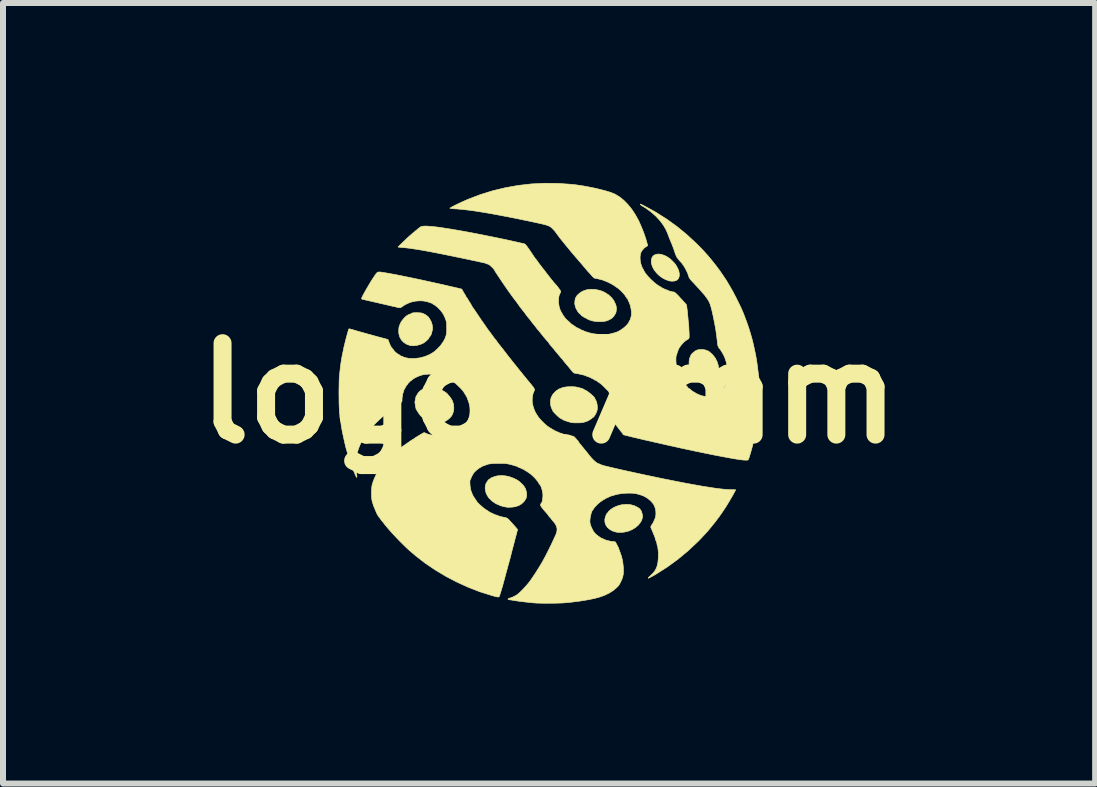
<source format=kicad_pcb>
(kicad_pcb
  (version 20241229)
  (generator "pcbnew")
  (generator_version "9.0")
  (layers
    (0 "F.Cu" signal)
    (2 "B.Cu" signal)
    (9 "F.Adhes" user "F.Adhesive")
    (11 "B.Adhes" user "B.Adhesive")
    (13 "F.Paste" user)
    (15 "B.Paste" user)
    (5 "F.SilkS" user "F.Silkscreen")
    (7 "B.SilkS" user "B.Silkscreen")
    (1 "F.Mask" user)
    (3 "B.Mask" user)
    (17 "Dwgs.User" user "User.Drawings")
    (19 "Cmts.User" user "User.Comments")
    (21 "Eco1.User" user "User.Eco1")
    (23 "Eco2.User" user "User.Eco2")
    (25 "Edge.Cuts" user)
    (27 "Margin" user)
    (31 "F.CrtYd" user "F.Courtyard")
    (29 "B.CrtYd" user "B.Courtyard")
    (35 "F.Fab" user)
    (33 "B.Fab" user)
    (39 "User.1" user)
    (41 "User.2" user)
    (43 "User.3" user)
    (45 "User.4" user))
  (footprint "logo_7mm"
    (layer "F.Cu")
    (at 6.103 3.506)
    (property "Reference" "logo_7mm" (at 0 0 0) (layer "F.SilkS") (effects (font (size 1.524 1.524) (thickness 0.3))))
    (attr through_hole)
    (fp_poly (pts (xy 1.875 -2.314) (xy 1.903 -2.305) (xy 1.931 -2.294) (xy 1.957 -2.282) (xy 1.975 -2.271) (xy 1.977 -2.27) (xy 1.991 -2.259) (xy 2.001 -2.253) (xy 2.002 -2.253) (xy 2.009 -2.249) (xy 2.024 -2.236) (xy 2.042 -2.218) (xy 2.063 -2.198) (xy 2.083 -2.177) (xy 2.1 -2.158) (xy 2.102 -2.155) (xy 2.115 -2.137) (xy 2.13 -2.111) (xy 2.145 -2.083) (xy 2.147 -2.079) (xy 2.165 -2.032) (xy 2.172 -1.987) (xy 2.17 -1.948) (xy 2.158 -1.915) (xy 2.136 -1.89) (xy 2.122 -1.881) (xy 2.09 -1.871) (xy 2.051 -1.868) (xy 2.01 -1.872) (xy 2.002 -1.874) (xy 1.943 -1.895) (xy 1.886 -1.925) (xy 1.834 -1.964) (xy 1.789 -2.009) (xy 1.751 -2.059) (xy 1.723 -2.111) (xy 1.707 -2.165) (xy 1.705 -2.181) (xy 1.705 -2.223) (xy 1.715 -2.259) (xy 1.733 -2.287) (xy 1.756 -2.305) (xy 1.794 -2.318) (xy 1.833 -2.321) (xy 1.875 -2.314)) (stroke (width 0.01) (type solid)) (fill yes) (layer "F.SilkS"))
    (fp_poly (pts (xy 2.561 -0.73) (xy 2.609 -0.721) (xy 2.653 -0.704) (xy 2.677 -0.688) (xy 2.728 -0.642) (xy 2.77 -0.588) (xy 2.801 -0.528) (xy 2.821 -0.465) (xy 2.83 -0.401) (xy 2.826 -0.337) (xy 2.814 -0.289) (xy 2.805 -0.266) (xy 2.794 -0.246) (xy 2.79 -0.24) (xy 2.781 -0.228) (xy 2.78 -0.222) (xy 2.778 -0.217) (xy 2.77 -0.213) (xy 2.759 -0.207) (xy 2.756 -0.202) (xy 2.75 -0.196) (xy 2.735 -0.187) (xy 2.722 -0.18) (xy 2.699 -0.172) (xy 2.668 -0.166) (xy 2.636 -0.162) (xy 2.606 -0.161) (xy 2.584 -0.164) (xy 2.581 -0.165) (xy 2.537 -0.182) (xy 2.501 -0.201) (xy 2.47 -0.225) (xy 2.449 -0.244) (xy 2.4 -0.3) (xy 2.365 -0.359) (xy 2.343 -0.422) (xy 2.335 -0.49) (xy 2.334 -0.506) (xy 2.336 -0.536) (xy 2.339 -0.564) (xy 2.344 -0.585) (xy 2.35 -0.598) (xy 2.352 -0.6) (xy 2.357 -0.605) (xy 2.356 -0.609) (xy 2.358 -0.623) (xy 2.369 -0.642) (xy 2.387 -0.664) (xy 2.411 -0.685) (xy 2.436 -0.704) (xy 2.462 -0.718) (xy 2.47 -0.721) (xy 2.513 -0.73) (xy 2.561 -0.73)) (stroke (width 0.01) (type solid)) (fill yes) (layer "F.SilkS"))
    (fp_poly (pts (xy 1.356 1.857) (xy 1.418 1.873) (xy 1.476 1.901) (xy 1.48 1.904) (xy 1.501 1.918) (xy 1.515 1.93) (xy 1.521 1.938) (xy 1.524 1.946) (xy 1.526 1.946) (xy 1.532 1.953) (xy 1.539 1.968) (xy 1.547 1.99) (xy 1.553 2.013) (xy 1.557 2.035) (xy 1.558 2.037) (xy 1.558 2.061) (xy 1.554 2.082) (xy 1.549 2.099) (xy 1.546 2.11) (xy 1.542 2.12) (xy 1.533 2.137) (xy 1.528 2.145) (xy 1.49 2.196) (xy 1.44 2.239) (xy 1.383 2.274) (xy 1.319 2.3) (xy 1.252 2.315) (xy 1.211 2.319) (xy 1.178 2.319) (xy 1.145 2.318) (xy 1.118 2.314) (xy 1.113 2.313) (xy 1.056 2.295) (xy 1.009 2.268) (xy 0.972 2.235) (xy 0.946 2.196) (xy 0.932 2.153) (xy 0.93 2.108) (xy 0.933 2.087) (xy 0.94 2.063) (xy 0.948 2.039) (xy 0.957 2.018) (xy 0.965 2.003) (xy 0.971 1.999) (xy 0.972 1.999) (xy 0.976 1.997) (xy 0.98 1.989) (xy 0.989 1.976) (xy 1.006 1.957) (xy 1.031 1.936) (xy 1.043 1.927) (xy 1.084 1.902) (xy 1.132 1.881) (xy 1.184 1.865) (xy 1.212 1.859) (xy 1.288 1.852) (xy 1.356 1.857)) (stroke (width 0.01) (type solid)) (fill yes) (layer "F.SilkS"))
    (fp_poly (pts (xy -2.169 -1.342) (xy -2.142 -1.34) (xy -2.122 -1.337) (xy -2.102 -1.33) (xy -2.093 -1.326) (xy -2.07 -1.315) (xy -2.051 -1.303) (xy -2.042 -1.296) (xy -2.031 -1.287) (xy -2.024 -1.284) (xy -2.018 -1.278) (xy -2.007 -1.264) (xy -1.992 -1.244) (xy -1.99 -1.24) (xy -1.964 -1.192) (xy -1.948 -1.141) (xy -1.942 -1.093) (xy -1.943 -1.072) (xy -1.946 -1.049) (xy -1.953 -1.023) (xy -1.96 -0.997) (xy -1.967 -0.976) (xy -1.974 -0.963) (xy -1.974 -0.963) (xy -1.981 -0.954) (xy -1.992 -0.939) (xy -2.002 -0.924) (xy -2.008 -0.913) (xy -2.009 -0.911) (xy -2.014 -0.903) (xy -2.028 -0.89) (xy -2.046 -0.874) (xy -2.066 -0.857) (xy -2.085 -0.843) (xy -2.099 -0.834) (xy -2.151 -0.812) (xy -2.205 -0.798) (xy -2.259 -0.792) (xy -2.308 -0.795) (xy -2.324 -0.799) (xy -2.38 -0.82) (xy -2.426 -0.851) (xy -2.463 -0.891) (xy -2.489 -0.939) (xy -2.504 -0.993) (xy -2.506 -1.029) (xy -2.505 -1.07) (xy -2.501 -1.103) (xy -2.491 -1.134) (xy -2.476 -1.169) (xy -2.476 -1.17) (xy -2.456 -1.204) (xy -2.427 -1.241) (xy -2.394 -1.275) (xy -2.375 -1.291) (xy -2.362 -1.299) (xy -2.358 -1.301) (xy -2.058 -1.301) (xy -2.055 -1.298) (xy -2.051 -1.301) (xy -2.055 -1.305) (xy -2.058 -1.301) (xy -2.358 -1.301) (xy -2.346 -1.308) (xy -2.331 -1.315) (xy -2.321 -1.318) (xy -2.319 -1.317) (xy -2.314 -1.319) (xy -2.301 -1.327) (xy -2.298 -1.329) (xy -2.287 -1.335) (xy -2.272 -1.34) (xy -2.252 -1.342) (xy -2.223 -1.343) (xy -2.204 -1.343) (xy -2.169 -1.342)) (stroke (width 0.01) (type solid)) (fill yes) (layer "F.SilkS"))
    (fp_poly (pts (xy -0.767 1.373) (xy -0.714 1.379) (xy -0.665 1.39) (xy -0.659 1.392) (xy -0.596 1.415) (xy -0.543 1.44) (xy -0.516 1.456) (xy -0.498 1.47) (xy -0.477 1.488) (xy -0.455 1.509) (xy -0.435 1.529) (xy -0.42 1.546) (xy -0.412 1.558) (xy -0.412 1.561) (xy -0.408 1.569) (xy -0.406 1.57) (xy -0.401 1.576) (xy -0.393 1.592) (xy -0.386 1.614) (xy -0.379 1.639) (xy -0.374 1.662) (xy -0.373 1.671) (xy -0.373 1.692) (xy -0.375 1.716) (xy -0.379 1.739) (xy -0.385 1.757) (xy -0.39 1.765) (xy -0.391 1.765) (xy -0.397 1.771) (xy -0.398 1.776) (xy -0.403 1.786) (xy -0.415 1.802) (xy -0.432 1.82) (xy -0.451 1.837) (xy -0.467 1.85) (xy -0.478 1.856) (xy -0.479 1.856) (xy -0.488 1.859) (xy -0.488 1.861) (xy -0.495 1.867) (xy -0.512 1.874) (xy -0.538 1.883) (xy -0.566 1.891) (xy -0.588 1.895) (xy -0.617 1.898) (xy -0.649 1.9) (xy -0.679 1.901) (xy -0.7 1.9) (xy -0.701 1.899) (xy -0.739 1.893) (xy -0.776 1.884) (xy -0.805 1.876) (xy -0.816 1.871) (xy -0.856 1.854) (xy -0.884 1.841) (xy -0.902 1.831) (xy -0.912 1.823) (xy -0.913 1.823) (xy -0.923 1.815) (xy -0.927 1.814) (xy -0.934 1.809) (xy -0.948 1.798) (xy -0.965 1.782) (xy -0.983 1.765) (xy -0.999 1.749) (xy -1.009 1.738) (xy -1.012 1.734) (xy -1.015 1.727) (xy -1.024 1.712) (xy -1.029 1.706) (xy -1.048 1.668) (xy -1.06 1.624) (xy -1.065 1.58) (xy -1.061 1.537) (xy -1.049 1.501) (xy -1.046 1.495) (xy -1.034 1.478) (xy -1.025 1.465) (xy -1.022 1.463) (xy -1.019 1.459) (xy -1.021 1.458) (xy -1.021 1.455) (xy -1.013 1.446) (xy -1 1.436) (xy -0.988 1.428) (xy -0.978 1.423) (xy -0.977 1.423) (xy -0.97 1.419) (xy -0.97 1.417) (xy -0.964 1.41) (xy -0.957 1.407) (xy -0.944 1.403) (xy -0.924 1.395) (xy -0.907 1.389) (xy -0.867 1.378) (xy -0.819 1.373) (xy -0.767 1.373)) (stroke (width 0.01) (type solid)) (fill yes) (layer "F.SilkS"))
    (fp_poly (pts (xy 0.768 -1.731) (xy 0.844 -1.715) (xy 0.888 -1.7) (xy 0.909 -1.691) (xy 0.923 -1.684) (xy 0.928 -1.68) (xy 0.933 -1.675) (xy 0.937 -1.674) (xy 0.949 -1.67) (xy 0.963 -1.66) (xy 0.975 -1.65) (xy 0.983 -1.646) (xy 0.99 -1.642) (xy 1.004 -1.63) (xy 1.021 -1.615) (xy 1.043 -1.592) (xy 1.064 -1.567) (xy 1.081 -1.543) (xy 1.092 -1.522) (xy 1.095 -1.51) (xy 1.098 -1.501) (xy 1.101 -1.5) (xy 1.106 -1.494) (xy 1.112 -1.477) (xy 1.118 -1.455) (xy 1.122 -1.431) (xy 1.123 -1.409) (xy 1.123 -1.409) (xy 1.122 -1.386) (xy 1.118 -1.362) (xy 1.113 -1.34) (xy 1.107 -1.324) (xy 1.102 -1.319) (xy 1.096 -1.313) (xy 1.092 -1.304) (xy 1.083 -1.289) (xy 1.067 -1.27) (xy 1.049 -1.253) (xy 1.039 -1.245) (xy 0.995 -1.221) (xy 0.953 -1.205) (xy 0.909 -1.197) (xy 0.858 -1.194) (xy 0.838 -1.194) (xy 0.803 -1.195) (xy 0.769 -1.199) (xy 0.74 -1.203) (xy 0.733 -1.205) (xy 0.709 -1.211) (xy 0.688 -1.217) (xy 0.68 -1.22) (xy 0.664 -1.227) (xy 0.644 -1.236) (xy 0.644 -1.236) (xy 0.628 -1.243) (xy 0.621 -1.25) (xy 0.621 -1.25) (xy 0.615 -1.255) (xy 0.608 -1.256) (xy 0.594 -1.26) (xy 0.578 -1.271) (xy 0.575 -1.273) (xy 0.56 -1.285) (xy 0.548 -1.29) (xy 0.546 -1.291) (xy 0.538 -1.296) (xy 0.534 -1.305) (xy 0.527 -1.316) (xy 0.523 -1.319) (xy 0.515 -1.323) (xy 0.503 -1.334) (xy 0.49 -1.348) (xy 0.48 -1.361) (xy 0.474 -1.37) (xy 0.474 -1.371) (xy 0.473 -1.377) (xy 0.466 -1.386) (xy 0.453 -1.406) (xy 0.442 -1.435) (xy 0.433 -1.468) (xy 0.429 -1.493) (xy 0.429 -1.516) (xy 0.432 -1.541) (xy 0.435 -1.566) (xy 0.44 -1.585) (xy 0.445 -1.596) (xy 0.447 -1.598) (xy 0.453 -1.603) (xy 0.453 -1.607) (xy 0.459 -1.619) (xy 0.474 -1.637) (xy 0.495 -1.656) (xy 0.519 -1.676) (xy 0.545 -1.693) (xy 0.562 -1.702) (xy 0.626 -1.725) (xy 0.695 -1.734) (xy 0.768 -1.731)) (stroke (width 0.01) (type solid)) (fill yes) (layer "F.SilkS"))
    (fp_poly (pts (xy -1.936 -0.097) (xy -1.903 -0.093) (xy -1.869 -0.086) (xy -1.839 -0.078) (xy -1.814 -0.07) (xy -1.798 -0.061) (xy -1.793 -0.054) (xy -1.787 -0.049) (xy -1.784 -0.049) (xy -1.774 -0.045) (xy -1.757 -0.035) (xy -1.737 -0.023) (xy -1.718 -0.009) (xy -1.703 0.002) (xy -1.696 0.009) (xy -1.69 0.018) (xy -1.679 0.03) (xy -1.663 0.047) (xy -1.647 0.069) (xy -1.631 0.092) (xy -1.618 0.113) (xy -1.61 0.128) (xy -1.609 0.132) (xy -1.606 0.147) (xy -1.603 0.151) (xy -1.597 0.167) (xy -1.591 0.195) (xy -1.588 0.23) (xy -1.588 0.266) (xy -1.595 0.306) (xy -1.607 0.343) (xy -1.622 0.373) (xy -1.628 0.382) (xy -1.658 0.415) (xy -1.687 0.44) (xy -1.718 0.46) (xy -1.738 0.471) (xy -1.753 0.477) (xy -1.758 0.478) (xy -1.758 0.478) (xy -1.762 0.477) (xy -1.769 0.482) (xy -1.783 0.487) (xy -1.807 0.491) (xy -1.839 0.493) (xy -1.873 0.493) (xy -1.908 0.491) (xy -1.939 0.488) (xy -1.962 0.482) (xy -1.964 0.482) (xy -2.002 0.468) (xy -2.031 0.456) (xy -2.05 0.446) (xy -2.058 0.439) (xy -2.058 0.439) (xy -2.064 0.433) (xy -2.067 0.433) (xy -2.082 0.427) (xy -2.103 0.41) (xy -2.13 0.386) (xy -2.144 0.371) (xy -2.16 0.35) (xy -2.176 0.328) (xy -2.191 0.306) (xy -2.201 0.289) (xy -2.206 0.278) (xy -2.206 0.277) (xy -2.209 0.272) (xy -2.21 0.272) (xy -2.216 0.267) (xy -2.217 0.263) (xy -2.219 0.25) (xy -2.222 0.237) (xy -2.227 0.211) (xy -2.232 0.183) (xy -2.235 0.159) (xy -2.236 0.143) (xy -2.235 0.14) (xy -2.228 0.099) (xy -2.222 0.071) (xy -2.217 0.053) (xy -2.213 0.044) (xy -2.211 0.042) (xy -2.205 0.036) (xy -2.2 0.026) (xy -2.192 0.01) (xy -2.178 -0.009) (xy -2.16 -0.029) (xy -2.142 -0.045) (xy -2.128 -0.054) (xy -2.123 -0.056) (xy -2.114 -0.059) (xy -2.114 -0.062) (xy -2.107 -0.068) (xy -2.09 -0.076) (xy -2.066 -0.083) (xy -2.037 -0.09) (xy -2.006 -0.095) (xy -1.978 -0.098) (xy -1.967 -0.099) (xy -1.936 -0.097)) (stroke (width 0.01) (type solid)) (fill yes) (layer "F.SilkS"))
    (fp_poly (pts (xy 0.423 -0.108) (xy 0.452 -0.104) (xy 0.481 -0.098) (xy 0.482 -0.098) (xy 0.526 -0.086) (xy 0.559 -0.076) (xy 0.579 -0.067) (xy 0.586 -0.061) (xy 0.586 -0.061) (xy 0.591 -0.056) (xy 0.592 -0.056) (xy 0.607 -0.051) (xy 0.628 -0.039) (xy 0.653 -0.021) (xy 0.681 -0.000118) (xy 0.708 0.023) (xy 0.732 0.045) (xy 0.751 0.065) (xy 0.762 0.08) (xy 0.764 0.086) (xy 0.768 0.097) (xy 0.776 0.112) (xy 0.776 0.112) (xy 0.787 0.131) (xy 0.793 0.147) (xy 0.803 0.198) (xy 0.806 0.24) (xy 0.803 0.277) (xy 0.793 0.311) (xy 0.783 0.334) (xy 0.772 0.354) (xy 0.76 0.373) (xy 0.748 0.39) (xy 0.738 0.4) (xy 0.733 0.403) (xy 0.733 0.401) (xy 0.728 0.403) (xy 0.718 0.412) (xy 0.716 0.415) (xy 0.703 0.427) (xy 0.693 0.432) (xy 0.692 0.433) (xy 0.682 0.438) (xy 0.679 0.441) (xy 0.668 0.449) (xy 0.648 0.46) (xy 0.621 0.47) (xy 0.592 0.48) (xy 0.564 0.487) (xy 0.562 0.487) (xy 0.535 0.491) (xy 0.501 0.493) (xy 0.463 0.493) (xy 0.425 0.493) (xy 0.392 0.491) (xy 0.37 0.487) (xy 0.345 0.481) (xy 0.317 0.472) (xy 0.29 0.464) (xy 0.266 0.456) (xy 0.25 0.45) (xy 0.244 0.447) (xy 0.236 0.442) (xy 0.22 0.433) (xy 0.213 0.429) (xy 0.197 0.421) (xy 0.184 0.414) (xy 0.172 0.405) (xy 0.157 0.392) (xy 0.137 0.374) (xy 0.113 0.351) (xy 0.092 0.329) (xy 0.075 0.311) (xy 0.065 0.298) (xy 0.063 0.294) (xy 0.059 0.282) (xy 0.052 0.269) (xy 0.036 0.234) (xy 0.026 0.19) (xy 0.023 0.143) (xy 0.028 0.098) (xy 0.029 0.097) (xy 0.034 0.075) (xy 0.039 0.06) (xy 0.043 0.056) (xy 0.048 0.05) (xy 0.051 0.039) (xy 0.058 0.027) (xy 0.072 0.009) (xy 0.09 -0.011) (xy 0.109 -0.031) (xy 0.127 -0.046) (xy 0.14 -0.055) (xy 0.144 -0.056) (xy 0.153 -0.06) (xy 0.153 -0.063) (xy 0.159 -0.069) (xy 0.161 -0.07) (xy 0.171 -0.072) (xy 0.189 -0.079) (xy 0.2 -0.084) (xy 0.219 -0.092) (xy 0.232 -0.095) (xy 0.235 -0.095) (xy 0.243 -0.095) (xy 0.249 -0.099) (xy 0.26 -0.102) (xy 0.282 -0.105) (xy 0.314 -0.108) (xy 0.344 -0.109) (xy 0.388 -0.109) (xy 0.423 -0.108)) (stroke (width 0.01) (type solid)) (fill yes) (layer "F.SilkS"))
    (fp_poly (pts (xy 0.143 -3.499) (xy 0.362 -3.484) (xy 0.453 -3.474) (xy 0.549 -3.46) (xy 0.649 -3.442) (xy 0.75 -3.422) (xy 0.849 -3.399) (xy 0.941 -3.375) (xy 1.024 -3.35) (xy 1.03 -3.348) (xy 1.104 -3.317) (xy 1.176 -3.273) (xy 1.246 -3.217) (xy 1.313 -3.149) (xy 1.376 -3.072) (xy 1.434 -2.985) (xy 1.487 -2.89) (xy 1.5 -2.864) (xy 1.543 -2.766) (xy 1.58 -2.673) (xy 1.612 -2.579) (xy 1.641 -2.477) (xy 1.643 -2.472) (xy 1.643 -2.46) (xy 1.632 -2.452) (xy 1.626 -2.449) (xy 1.61 -2.439) (xy 1.59 -2.423) (xy 1.573 -2.406) (xy 1.549 -2.377) (xy 1.532 -2.348) (xy 1.523 -2.316) (xy 1.518 -2.277) (xy 1.518 -2.243) (xy 1.521 -2.206) (xy 1.529 -2.164) (xy 1.541 -2.125) (xy 1.555 -2.091) (xy 1.562 -2.079) (xy 1.574 -2.059) (xy 1.582 -2.042) (xy 1.599 -2.012) (xy 1.625 -1.977) (xy 1.659 -1.938) (xy 1.697 -1.899) (xy 1.738 -1.861) (xy 1.779 -1.826) (xy 1.819 -1.797) (xy 1.849 -1.779) (xy 1.863 -1.771) (xy 1.87 -1.766) (xy 1.878 -1.76) (xy 1.894 -1.752) (xy 1.901 -1.749) (xy 1.921 -1.739) (xy 1.938 -1.731) (xy 1.941 -1.729) (xy 1.957 -1.724) (xy 1.964 -1.723) (xy 1.973 -1.72) (xy 1.974 -1.718) (xy 1.98 -1.714) (xy 1.996 -1.708) (xy 2.018 -1.701) (xy 2.042 -1.695) (xy 2.064 -1.69) (xy 2.08 -1.688) (xy 2.081 -1.688) (xy 2.091 -1.685) (xy 2.106 -1.673) (xy 2.127 -1.654) (xy 2.155 -1.626) (xy 2.19 -1.587) (xy 2.222 -1.553) (xy 2.243 -1.529) (xy 2.262 -1.508) (xy 2.276 -1.493) (xy 2.281 -1.488) (xy 2.29 -1.474) (xy 2.293 -1.466) (xy 2.296 -1.444) (xy 2.3 -1.412) (xy 2.305 -1.374) (xy 2.309 -1.332) (xy 2.313 -1.291) (xy 2.316 -1.259) (xy 2.319 -1.225) (xy 2.322 -1.194) (xy 2.325 -1.169) (xy 2.326 -1.158) (xy 2.328 -1.143) (xy 2.33 -1.116) (xy 2.331 -1.082) (xy 2.333 -1.044) (xy 2.334 -1.027) (xy 2.336 -0.986) (xy 2.336 -0.956) (xy 2.336 -0.936) (xy 2.334 -0.923) (xy 2.331 -0.915) (xy 2.327 -0.909) (xy 2.325 -0.907) (xy 2.309 -0.896) (xy 2.297 -0.89) (xy 2.286 -0.883) (xy 2.268 -0.869) (xy 2.247 -0.851) (xy 2.242 -0.846) (xy 2.197 -0.796) (xy 2.163 -0.745) (xy 2.141 -0.689) (xy 2.134 -0.666) (xy 2.128 -0.645) (xy 2.123 -0.629) (xy 2.12 -0.624) (xy 2.117 -0.613) (xy 2.116 -0.591) (xy 2.115 -0.562) (xy 2.116 -0.53) (xy 2.118 -0.497) (xy 2.121 -0.468) (xy 2.122 -0.46) (xy 2.128 -0.429) (xy 2.138 -0.393) (xy 2.149 -0.355) (xy 2.162 -0.32) (xy 2.174 -0.291) (xy 2.184 -0.272) (xy 2.184 -0.271) (xy 2.193 -0.257) (xy 2.198 -0.249) (xy 2.198 -0.249) (xy 2.201 -0.241) (xy 2.211 -0.225) (xy 2.224 -0.206) (xy 2.238 -0.185) (xy 2.251 -0.168) (xy 2.257 -0.162) (xy 2.27 -0.146) (xy 2.288 -0.127) (xy 2.293 -0.121) (xy 2.307 -0.105) (xy 2.315 -0.094) (xy 2.316 -0.091) (xy 2.322 -0.085) (xy 2.336 -0.077) (xy 2.337 -0.077) (xy 2.351 -0.069) (xy 2.358 -0.063) (xy 2.358 -0.062) (xy 2.363 -0.056) (xy 2.377 -0.045) (xy 2.394 -0.033) (xy 2.411 -0.022) (xy 2.424 -0.015) (xy 2.428 -0.014) (xy 2.436 -0.009) (xy 2.436 -0.008) (xy 2.444 -0.002) (xy 2.462 0.008) (xy 2.487 0.019) (xy 2.514 0.03) (xy 2.542 0.04) (xy 2.559 0.045) (xy 2.614 0.054) (xy 2.672 0.055) (xy 2.727 0.047) (xy 2.749 0.041) (xy 2.774 0.032) (xy 2.794 0.023) (xy 2.805 0.017) (xy 2.818 0.009) (xy 2.824 0.007) (xy 2.832 0.002) (xy 2.832 0) (xy 2.838 -0.006) (xy 2.841 -0.007) (xy 2.852 -0.013) (xy 2.869 -0.028) (xy 2.888 -0.05) (xy 2.902 -0.07) (xy 2.914 -0.086) (xy 2.924 -0.098) (xy 2.926 -0.099) (xy 2.929 -0.104) (xy 2.927 -0.105) (xy 2.926 -0.109) (xy 2.932 -0.12) (xy 2.939 -0.134) (xy 2.948 -0.157) (xy 2.959 -0.184) (xy 2.96 -0.19) (xy 2.974 -0.246) (xy 2.98 -0.312) (xy 2.978 -0.382) (xy 2.969 -0.454) (xy 2.953 -0.525) (xy 2.931 -0.592) (xy 2.903 -0.651) (xy 2.889 -0.675) (xy 2.874 -0.699) (xy 2.861 -0.72) (xy 2.851 -0.735) (xy 2.847 -0.739) (xy 2.827 -0.763) (xy 2.814 -0.796) (xy 2.808 -0.832) (xy 2.802 -0.892) (xy 2.794 -0.957) (xy 2.785 -1.022) (xy 2.776 -1.083) (xy 2.766 -1.134) (xy 2.766 -1.137) (xy 2.76 -1.169) (xy 2.753 -1.203) (xy 2.748 -1.228) (xy 2.744 -1.249) (xy 2.74 -1.269) (xy 2.735 -1.291) (xy 2.729 -1.319) (xy 2.721 -1.356) (xy 2.714 -1.385) (xy 2.701 -1.434) (xy 2.689 -1.474) (xy 2.677 -1.507) (xy 2.662 -1.537) (xy 2.643 -1.568) (xy 2.635 -1.58) (xy 2.618 -1.604) (xy 2.602 -1.625) (xy 2.591 -1.639) (xy 2.574 -1.658) (xy 2.56 -1.674) (xy 2.543 -1.693) (xy 2.52 -1.72) (xy 2.491 -1.752) (xy 2.459 -1.786) (xy 2.428 -1.82) (xy 2.4 -1.85) (xy 2.373 -1.879) (xy 2.355 -1.9) (xy 2.342 -1.918) (xy 2.333 -1.935) (xy 2.327 -1.954) (xy 2.323 -1.967) (xy 2.311 -2.001) (xy 2.292 -2.041) (xy 2.27 -2.084) (xy 2.246 -2.124) (xy 2.222 -2.158) (xy 2.213 -2.17) (xy 2.202 -2.182) (xy 2.187 -2.199) (xy 2.179 -2.207) (xy 2.166 -2.223) (xy 2.157 -2.234) (xy 2.156 -2.236) (xy 2.151 -2.243) (xy 2.14 -2.255) (xy 2.139 -2.255) (xy 2.129 -2.271) (xy 2.116 -2.299) (xy 2.101 -2.339) (xy 2.094 -2.359) (xy 2.08 -2.402) (xy 2.062 -2.45) (xy 2.044 -2.496) (xy 2.031 -2.526) (xy 2.017 -2.561) (xy 2.003 -2.595) (xy 1.991 -2.625) (xy 1.985 -2.644) (xy 1.952 -2.723) (xy 1.907 -2.801) (xy 1.85 -2.877) (xy 1.782 -2.951) (xy 1.704 -3.02) (xy 1.617 -3.084) (xy 1.543 -3.129) (xy 1.528 -3.14) (xy 1.521 -3.149) (xy 1.523 -3.153) (xy 1.525 -3.153) (xy 1.534 -3.15) (xy 1.552 -3.141) (xy 1.579 -3.128) (xy 1.611 -3.111) (xy 1.646 -3.092) (xy 1.684 -3.072) (xy 1.72 -3.051) (xy 1.754 -3.033) (xy 1.783 -3.016) (xy 1.788 -3.013) (xy 1.964 -2.901) (xy 2.131 -2.781) (xy 2.291 -2.65) (xy 2.446 -2.507) (xy 2.477 -2.477) (xy 2.51 -2.443) (xy 2.538 -2.414) (xy 2.564 -2.387) (xy 2.59 -2.359) (xy 2.62 -2.326) (xy 2.648 -2.295) (xy 2.664 -2.275) (xy 2.686 -2.249) (xy 2.711 -2.219) (xy 2.737 -2.187) (xy 2.761 -2.156) (xy 2.783 -2.129) (xy 2.798 -2.108) (xy 2.804 -2.1) (xy 2.816 -2.084) (xy 2.824 -2.073) (xy 2.825 -2.072) (xy 2.831 -2.065) (xy 2.843 -2.048) (xy 2.859 -2.025) (xy 2.878 -1.997) (xy 2.899 -1.967) (xy 2.919 -1.937) (xy 2.938 -1.909) (xy 2.953 -1.887) (xy 2.963 -1.871) (xy 2.964 -1.868) (xy 2.973 -1.853) (xy 2.987 -1.83) (xy 3.004 -1.801) (xy 3.023 -1.769) (xy 3.023 -1.768) (xy 3.041 -1.737) (xy 3.064 -1.697) (xy 3.089 -1.649) (xy 3.116 -1.598) (xy 3.142 -1.545) (xy 3.167 -1.495) (xy 3.189 -1.449) (xy 3.207 -1.412) (xy 3.208 -1.409) (xy 3.238 -1.338) (xy 3.269 -1.258) (xy 3.3 -1.174) (xy 3.329 -1.09) (xy 3.354 -1.01) (xy 3.362 -0.984) (xy 3.37 -0.955) (xy 3.377 -0.93) (xy 3.382 -0.912) (xy 3.383 -0.91) (xy 3.39 -0.883) (xy 3.399 -0.846) (xy 3.409 -0.803) (xy 3.411 -0.794) (xy 3.417 -0.767) (xy 3.423 -0.738) (xy 3.424 -0.733) (xy 3.436 -0.678) (xy 3.446 -0.63) (xy 3.454 -0.584) (xy 3.462 -0.536) (xy 3.47 -0.48) (xy 3.474 -0.453) (xy 3.48 -0.403) (xy 3.485 -0.358) (xy 3.49 -0.318) (xy 3.493 -0.279) (xy 3.495 -0.239) (xy 3.497 -0.196) (xy 3.497 -0.147) (xy 3.498 -0.089) (xy 3.498 -0.021) (xy 3.498 0) (xy 3.498 0.072) (xy 3.498 0.132) (xy 3.497 0.183) (xy 3.495 0.228) (xy 3.493 0.268) (xy 3.49 0.307) (xy 3.487 0.347) (xy 3.482 0.39) (xy 3.476 0.439) (xy 3.474 0.453) (xy 3.465 0.514) (xy 3.458 0.564) (xy 3.45 0.611) (xy 3.441 0.657) (xy 3.43 0.708) (xy 3.424 0.733) (xy 3.418 0.76) (xy 3.412 0.788) (xy 3.411 0.794) (xy 3.401 0.838) (xy 3.392 0.877) (xy 3.384 0.906) (xy 3.383 0.91) (xy 3.378 0.927) (xy 3.371 0.953) (xy 3.363 0.981) (xy 3.362 0.984) (xy 3.351 1.021) (xy 3.342 1.05) (xy 3.335 1.073) (xy 3.327 1.095) (xy 3.321 1.107) (xy 3.314 1.113) (xy 3.301 1.115) (xy 3.28 1.115) (xy 3.253 1.114) (xy 3.227 1.112) (xy 3.216 1.111) (xy 3.181 1.107) (xy 3.134 1.099) (xy 3.076 1.09) (xy 3.009 1.078) (xy 2.935 1.064) (xy 2.854 1.049) (xy 2.769 1.033) (xy 2.681 1.015) (xy 2.591 0.997) (xy 2.501 0.978) (xy 2.413 0.96) (xy 2.407 0.958) (xy 2.316 0.939) (xy 2.223 0.919) (xy 2.128 0.898) (xy 2.033 0.877) (xy 1.939 0.856) (xy 1.847 0.835) (xy 1.758 0.815) (xy 1.672 0.795) (xy 1.591 0.777) (xy 1.516 0.759) (xy 1.448 0.743) (xy 1.387 0.729) (xy 1.336 0.716) (xy 1.294 0.706) (xy 1.263 0.698) (xy 1.243 0.692) (xy 1.237 0.69) (xy 1.229 0.678) (xy 1.228 0.673) (xy 1.223 0.662) (xy 1.216 0.655) (xy 1.206 0.644) (xy 1.191 0.627) (xy 1.179 0.61) (xy 1.163 0.59) (xy 1.142 0.563) (xy 1.119 0.532) (xy 1.103 0.511) (xy 1.081 0.481) (xy 1.067 0.46) (xy 1.059 0.446) (xy 1.057 0.435) (xy 1.058 0.429) (xy 1.063 0.414) (xy 1.068 0.408) (xy 1.073 0.4) (xy 1.079 0.382) (xy 1.084 0.367) (xy 1.092 0.328) (xy 1.095 0.28) (xy 1.094 0.228) (xy 1.088 0.178) (xy 1.086 0.167) (xy 1.082 0.15) (xy 1.074 0.128) (xy 1.065 0.104) (xy 1.056 0.083) (xy 1.049 0.068) (xy 1.045 0.063) (xy 1.042 0.059) (xy 1.042 0.057) (xy 1.041 0.048) (xy 1.036 0.042) (xy 1.027 0.03) (xy 1.026 0.025) (xy 1.021 0.014) (xy 1.012 0.003) (xy 1.002 -0.007) (xy 1 -0.012) (xy 1 -0.018) (xy 0.991 -0.031) (xy 0.973 -0.051) (xy 0.945 -0.079) (xy 0.93 -0.094) (xy 0.904 -0.12) (xy 0.884 -0.139) (xy 0.868 -0.153) (xy 0.852 -0.165) (xy 0.834 -0.178) (xy 0.823 -0.185) (xy 0.805 -0.197) (xy 0.793 -0.207) (xy 0.789 -0.211) (xy 0.781 -0.215) (xy 0.774 -0.216) (xy 0.763 -0.219) (xy 0.76 -0.222) (xy 0.755 -0.228) (xy 0.74 -0.236) (xy 0.731 -0.24) (xy 0.712 -0.249) (xy 0.7 -0.256) (xy 0.698 -0.258) (xy 0.69 -0.262) (xy 0.672 -0.269) (xy 0.652 -0.276) (xy 0.63 -0.284) (xy 0.613 -0.29) (xy 0.607 -0.294) (xy 0.599 -0.297) (xy 0.58 -0.303) (xy 0.554 -0.309) (xy 0.524 -0.316) (xy 0.494 -0.323) (xy 0.466 -0.328) (xy 0.445 -0.331) (xy 0.429 -0.334) (xy 0.415 -0.34) (xy 0.401 -0.35) (xy 0.386 -0.366) (xy 0.366 -0.391) (xy 0.352 -0.408) (xy 0.338 -0.425) (xy 0.319 -0.449) (xy 0.296 -0.475) (xy 0.284 -0.489) (xy 0.265 -0.512) (xy 0.249 -0.531) (xy 0.239 -0.543) (xy 0.237 -0.547) (xy 0.233 -0.554) (xy 0.222 -0.567) (xy 0.216 -0.574) (xy 0.201 -0.59) (xy 0.179 -0.616) (xy 0.151 -0.65) (xy 0.117 -0.69) (xy 0.08 -0.736) (xy 0.072 -0.746) (xy 0.055 -0.765) (xy 0.036 -0.788) (xy 0.026 -0.799) (xy 0.012 -0.816) (xy 0.002 -0.829) (xy 0 -0.834) (xy -0.004 -0.841) (xy -0.016 -0.856) (xy -0.03 -0.872) (xy -0.051 -0.895) (xy -0.073 -0.921) (xy -0.084 -0.934) (xy -0.101 -0.956) (xy -0.119 -0.978) (xy -0.126 -0.986) (xy -0.14 -1.004) (xy -0.152 -1.02) (xy -0.153 -1.021) (xy -0.164 -1.034) (xy -0.18 -1.053) (xy -0.189 -1.063) (xy -0.207 -1.085) (xy -0.224 -1.108) (xy -0.23 -1.116) (xy -0.246 -1.137) (xy -0.265 -1.159) (xy -0.272 -1.167) (xy -0.286 -1.184) (xy -0.295 -1.196) (xy -0.296 -1.199) (xy -0.301 -1.207) (xy -0.312 -1.221) (xy -0.328 -1.241) (xy -0.333 -1.246) (xy -0.354 -1.271) (xy -0.374 -1.297) (xy -0.39 -1.318) (xy -0.39 -1.319) (xy -0.406 -1.341) (xy -0.426 -1.367) (xy -0.443 -1.388) (xy -0.464 -1.414) (xy -0.485 -1.442) (xy -0.499 -1.461) (xy -0.513 -1.481) (xy -0.532 -1.508) (xy -0.555 -1.539) (xy -0.577 -1.567) (xy -0.623 -1.629) (xy -0.675 -1.701) (xy -0.731 -1.782) (xy -0.791 -1.87) (xy -0.811 -1.9) (xy -0.833 -1.934) (xy -0.854 -1.965) (xy -0.872 -1.992) (xy -0.885 -2.012) (xy -0.889 -2.017) (xy -0.9 -2.034) (xy -0.906 -2.047) (xy -0.907 -2.05) (xy -0.912 -2.059) (xy -0.925 -2.074) (xy -0.942 -2.093) (xy -0.962 -2.112) (xy -0.982 -2.13) (xy -0.998 -2.143) (xy -1.008 -2.149) (xy -1.009 -2.149) (xy -1.017 -2.151) (xy -1.033 -2.158) (xy -1.035 -2.158) (xy -1.042 -2.162) (xy -1.049 -2.164) (xy -1.058 -2.167) (xy -1.071 -2.171) (xy -1.087 -2.175) (xy -1.109 -2.18) (xy -1.138 -2.186) (xy -1.176 -2.195) (xy -1.224 -2.205) (xy -1.282 -2.217) (xy -1.336 -2.229) (xy -1.494 -2.262) (xy -1.639 -2.292) (xy -1.772 -2.319) (xy -1.893 -2.343) (xy -2.003 -2.364) (xy -2.102 -2.382) (xy -2.191 -2.397) (xy -2.27 -2.409) (xy -2.34 -2.419) (xy -2.401 -2.426) (xy -2.428 -2.428) (xy -2.461 -2.431) (xy -2.489 -2.434) (xy -2.508 -2.436) (xy -2.516 -2.438) (xy -2.517 -2.438) (xy -2.512 -2.443) (xy -2.5 -2.456) (xy -2.481 -2.475) (xy -2.457 -2.498) (xy -2.43 -2.524) (xy -2.402 -2.551) (xy -2.374 -2.578) (xy -2.349 -2.601) (xy -2.344 -2.606) (xy -2.323 -2.625) (xy -2.294 -2.65) (xy -2.263 -2.676) (xy -2.239 -2.696) (xy -2.212 -2.718) (xy -2.187 -2.739) (xy -2.167 -2.755) (xy -2.156 -2.764) (xy -2.138 -2.776) (xy -2.114 -2.783) (xy -2.082 -2.787) (xy -2.04 -2.787) (xy -1.986 -2.783) (xy -1.985 -2.783) (xy -1.916 -2.777) (xy -1.835 -2.767) (xy -1.743 -2.753) (xy -1.64 -2.737) (xy -1.527 -2.718) (xy -1.407 -2.697) (xy -1.279 -2.673) (xy -1.144 -2.647) (xy -1.005 -2.619) (xy -0.861 -2.59) (xy -0.714 -2.559) (xy -0.564 -2.526) (xy -0.414 -2.492) (xy -0.407 -2.489) (xy -0.399 -2.484) (xy -0.39 -2.475) (xy -0.378 -2.462) (xy -0.363 -2.442) (xy -0.344 -2.415) (xy -0.319 -2.38) (xy -0.289 -2.335) (xy -0.256 -2.285) (xy -0.241 -2.263) (xy -0.229 -2.246) (xy -0.221 -2.236) (xy -0.221 -2.236) (xy -0.211 -2.226) (xy -0.2 -2.21) (xy -0.199 -2.209) (xy -0.181 -2.184) (xy -0.162 -2.157) (xy -0.138 -2.126) (xy -0.126 -2.11) (xy -0.105 -2.083) (xy -0.082 -2.054) (xy -0.066 -2.033) (xy -0.043 -2.003) (xy -0.017 -1.97) (xy 0.009 -1.936) (xy 0.034 -1.904) (xy 0.057 -1.876) (xy 0.076 -1.853) (xy 0.089 -1.837) (xy 0.094 -1.831) (xy 0.107 -1.818) (xy 0.125 -1.798) (xy 0.144 -1.774) (xy 0.162 -1.75) (xy 0.178 -1.727) (xy 0.19 -1.709) (xy 0.195 -1.698) (xy 0.195 -1.698) (xy 0.191 -1.681) (xy 0.186 -1.671) (xy 0.17 -1.638) (xy 0.161 -1.596) (xy 0.158 -1.548) (xy 0.16 -1.498) (xy 0.168 -1.447) (xy 0.181 -1.401) (xy 0.2 -1.36) (xy 0.206 -1.351) (xy 0.217 -1.332) (xy 0.226 -1.315) (xy 0.227 -1.312) (xy 0.232 -1.301) (xy 0.237 -1.298) (xy 0.243 -1.292) (xy 0.251 -1.278) (xy 0.251 -1.277) (xy 0.26 -1.264) (xy 0.276 -1.245) (xy 0.298 -1.223) (xy 0.313 -1.21) (xy 0.336 -1.189) (xy 0.355 -1.171) (xy 0.368 -1.158) (xy 0.372 -1.154) (xy 0.382 -1.145) (xy 0.387 -1.144) (xy 0.399 -1.139) (xy 0.403 -1.135) (xy 0.413 -1.126) (xy 0.427 -1.118) (xy 0.441 -1.11) (xy 0.446 -1.102) (xy 0.452 -1.096) (xy 0.46 -1.095) (xy 0.475 -1.09) (xy 0.481 -1.085) (xy 0.495 -1.076) (xy 0.503 -1.074) (xy 0.514 -1.072) (xy 0.516 -1.068) (xy 0.522 -1.063) (xy 0.537 -1.056) (xy 0.546 -1.053) (xy 0.565 -1.046) (xy 0.577 -1.041) (xy 0.579 -1.04) (xy 0.588 -1.035) (xy 0.608 -1.027) (xy 0.634 -1.019) (xy 0.664 -1.01) (xy 0.693 -1.002) (xy 0.694 -1.002) (xy 0.753 -0.99) (xy 0.817 -0.983) (xy 0.882 -0.979) (xy 0.943 -0.979) (xy 0.996 -0.984) (xy 1.01 -0.987) (xy 1.036 -0.993) (xy 1.068 -1.001) (xy 1.1 -1.011) (xy 1.129 -1.02) (xy 1.149 -1.028) (xy 1.153 -1.03) (xy 1.195 -1.054) (xy 1.236 -1.083) (xy 1.272 -1.113) (xy 1.302 -1.144) (xy 1.324 -1.172) (xy 1.333 -1.191) (xy 1.34 -1.206) (xy 1.346 -1.214) (xy 1.347 -1.214) (xy 1.352 -1.218) (xy 1.352 -1.219) (xy 1.353 -1.23) (xy 1.355 -1.235) (xy 1.366 -1.269) (xy 1.372 -1.296) (xy 1.374 -1.323) (xy 1.374 -1.336) (xy 1.372 -1.373) (xy 1.366 -1.413) (xy 1.358 -1.452) (xy 1.348 -1.484) (xy 1.344 -1.494) (xy 1.336 -1.511) (xy 1.333 -1.524) (xy 1.332 -1.525) (xy 1.328 -1.534) (xy 1.325 -1.535) (xy 1.32 -1.539) (xy 1.32 -1.54) (xy 1.319 -1.552) (xy 1.314 -1.566) (xy 1.307 -1.575) (xy 1.304 -1.577) (xy 1.298 -1.582) (xy 1.298 -1.587) (xy 1.292 -1.598) (xy 1.285 -1.604) (xy 1.278 -1.61) (xy 1.279 -1.611) (xy 1.278 -1.616) (xy 1.27 -1.628) (xy 1.256 -1.646) (xy 1.239 -1.666) (xy 1.22 -1.686) (xy 1.202 -1.704) (xy 1.194 -1.713) (xy 1.167 -1.736) (xy 1.149 -1.751) (xy 1.138 -1.76) (xy 1.131 -1.764) (xy 1.129 -1.765) (xy 1.121 -1.769) (xy 1.115 -1.774) (xy 1.1 -1.785) (xy 1.077 -1.801) (xy 1.048 -1.818) (xy 1.016 -1.835) (xy 0.986 -1.85) (xy 0.962 -1.861) (xy 0.959 -1.862) (xy 0.935 -1.871) (xy 0.914 -1.88) (xy 0.903 -1.884) (xy 0.886 -1.89) (xy 0.86 -1.897) (xy 0.83 -1.904) (xy 0.799 -1.911) (xy 0.776 -1.915) (xy 0.759 -1.919) (xy 0.744 -1.928) (xy 0.727 -1.944) (xy 0.714 -1.959) (xy 0.694 -1.981) (xy 0.676 -2.002) (xy 0.662 -2.016) (xy 0.645 -2.034) (xy 0.629 -2.054) (xy 0.628 -2.055) (xy 0.618 -2.068) (xy 0.6 -2.088) (xy 0.577 -2.115) (xy 0.551 -2.146) (xy 0.524 -2.178) (xy 0.494 -2.212) (xy 0.465 -2.246) (xy 0.438 -2.277) (xy 0.417 -2.302) (xy 0.405 -2.316) (xy 0.382 -2.343) (xy 0.357 -2.373) (xy 0.338 -2.396) (xy 0.32 -2.418) (xy 0.305 -2.437) (xy 0.294 -2.449) (xy 0.294 -2.45) (xy 0.282 -2.463) (xy 0.269 -2.48) (xy 0.253 -2.5) (xy 0.239 -2.518) (xy 0.204 -2.56) (xy 0.174 -2.599) (xy 0.142 -2.641) (xy 0.131 -2.657) (xy 0.093 -2.707) (xy 0.058 -2.745) (xy 0.025 -2.773) (xy -0.009 -2.792) (xy -0.02 -2.796) (xy -0.035 -2.801) (xy -0.056 -2.807) (xy -0.083 -2.814) (xy -0.118 -2.823) (xy -0.16 -2.832) (xy -0.212 -2.844) (xy -0.274 -2.857) (xy -0.348 -2.873) (xy -0.433 -2.89) (xy -0.488 -2.902) (xy -0.662 -2.937) (xy -0.824 -2.968) (xy -0.974 -2.996) (xy -1.112 -3.019) (xy -1.238 -3.039) (xy -1.351 -3.054) (xy -1.452 -3.065) (xy -1.539 -3.073) (xy -1.564 -3.074) (xy -1.598 -3.076) (xy -1.625 -3.079) (xy -1.645 -3.082) (xy -1.653 -3.084) (xy -1.653 -3.085) (xy -1.647 -3.09) (xy -1.63 -3.1) (xy -1.604 -3.115) (xy -1.571 -3.132) (xy -1.532 -3.151) (xy -1.489 -3.171) (xy -1.445 -3.192) (xy -1.401 -3.211) (xy -1.359 -3.23) (xy -1.347 -3.235) (xy -1.145 -3.312) (xy -0.938 -3.376) (xy -0.727 -3.427) (xy -0.512 -3.465) (xy -0.295 -3.49) (xy -0.077 -3.501) (xy 0.143 -3.499)) (stroke (width 0.01) (type solid)) (fill yes) (layer "F.SilkS"))
    (fp_poly (pts (xy -2.811 -2.021) (xy -2.778 -2.016) (xy -2.735 -2.009) (xy -2.686 -2.001) (xy -2.626 -1.99) (xy -2.555 -1.977) (xy -2.475 -1.961) (xy -2.387 -1.943) (xy -2.293 -1.924) (xy -2.193 -1.903) (xy -2.091 -1.881) (xy -1.986 -1.858) (xy -1.882 -1.835) (xy -1.778 -1.812) (xy -1.676 -1.788) (xy -1.579 -1.766) (xy -1.531 -1.755) (xy -1.454 -1.736) (xy -1.437 -1.704) (xy -1.424 -1.68) (xy -1.41 -1.658) (xy -1.405 -1.65) (xy -1.393 -1.631) (xy -1.385 -1.614) (xy -1.385 -1.613) (xy -1.379 -1.601) (xy -1.375 -1.598) (xy -1.369 -1.592) (xy -1.36 -1.578) (xy -1.356 -1.572) (xy -1.344 -1.55) (xy -1.329 -1.525) (xy -1.321 -1.514) (xy -1.308 -1.494) (xy -1.298 -1.476) (xy -1.295 -1.469) (xy -1.289 -1.457) (xy -1.277 -1.438) (xy -1.262 -1.417) (xy -1.244 -1.392) (xy -1.223 -1.361) (xy -1.203 -1.33) (xy -1.199 -1.325) (xy -1.157 -1.262) (xy -1.116 -1.202) (xy -1.09 -1.166) (xy -1.075 -1.144) (xy -1.061 -1.124) (xy -1.053 -1.113) (xy -1.03 -1.078) (xy -1.001 -1.039) (xy -0.973 -1.002) (xy -0.955 -0.978) (xy -0.937 -0.953) (xy -0.927 -0.938) (xy -0.911 -0.916) (xy -0.894 -0.896) (xy -0.89 -0.891) (xy -0.879 -0.879) (xy -0.875 -0.872) (xy -0.875 -0.872) (xy -0.872 -0.867) (xy -0.862 -0.853) (xy -0.846 -0.832) (xy -0.826 -0.806) (xy -0.821 -0.8) (xy -0.798 -0.771) (xy -0.776 -0.744) (xy -0.758 -0.721) (xy -0.747 -0.706) (xy -0.746 -0.705) (xy -0.709 -0.657) (xy -0.678 -0.616) (xy -0.659 -0.593) (xy -0.643 -0.573) (xy -0.622 -0.546) (xy -0.6 -0.518) (xy -0.593 -0.509) (xy -0.576 -0.488) (xy -0.559 -0.468) (xy -0.541 -0.445) (xy -0.52 -0.418) (xy -0.494 -0.386) (xy -0.462 -0.347) (xy -0.423 -0.298) (xy -0.421 -0.296) (xy -0.399 -0.269) (xy -0.381 -0.247) (xy -0.365 -0.227) (xy -0.347 -0.206) (xy -0.327 -0.181) (xy -0.3 -0.149) (xy -0.291 -0.137) (xy -0.266 -0.107) (xy -0.251 -0.084) (xy -0.243 -0.066) (xy -0.243 -0.051) (xy -0.249 -0.035) (xy -0.255 -0.024) (xy -0.265 0.000374) (xy -0.273 0.035) (xy -0.279 0.075) (xy -0.281 0.116) (xy -0.279 0.155) (xy -0.277 0.167) (xy -0.27 0.201) (xy -0.259 0.239) (xy -0.246 0.276) (xy -0.232 0.308) (xy -0.22 0.332) (xy -0.216 0.337) (xy -0.206 0.352) (xy -0.202 0.362) (xy -0.198 0.369) (xy -0.196 0.37) (xy -0.189 0.376) (xy -0.184 0.387) (xy -0.176 0.4) (xy -0.16 0.419) (xy -0.139 0.443) (xy -0.113 0.47) (xy -0.087 0.496) (xy -0.061 0.52) (xy -0.038 0.539) (xy -0.026 0.549) (xy -0.008 0.561) (xy 0.004 0.57) (xy 0.007 0.573) (xy 0.016 0.578) (xy 0.026 0.582) (xy 0.038 0.588) (xy 0.042 0.593) (xy 0.048 0.598) (xy 0.059 0.603) (xy 0.072 0.608) (xy 0.077 0.614) (xy 0.083 0.62) (xy 0.091 0.621) (xy 0.102 0.624) (xy 0.105 0.628) (xy 0.11 0.634) (xy 0.118 0.635) (xy 0.132 0.638) (xy 0.136 0.642) (xy 0.146 0.648) (xy 0.154 0.649) (xy 0.165 0.652) (xy 0.167 0.656) (xy 0.173 0.661) (xy 0.182 0.663) (xy 0.199 0.666) (xy 0.215 0.672) (xy 0.229 0.678) (xy 0.251 0.685) (xy 0.278 0.692) (xy 0.306 0.7) (xy 0.332 0.706) (xy 0.351 0.709) (xy 0.361 0.71) (xy 0.371 0.711) (xy 0.388 0.713) (xy 0.392 0.714) (xy 0.412 0.721) (xy 0.431 0.737) (xy 0.444 0.752) (xy 0.46 0.77) (xy 0.473 0.785) (xy 0.479 0.79) (xy 0.487 0.8) (xy 0.488 0.804) (xy 0.493 0.813) (xy 0.503 0.828) (xy 0.513 0.84) (xy 0.531 0.862) (xy 0.552 0.888) (xy 0.565 0.903) (xy 0.585 0.928) (xy 0.605 0.953) (xy 0.617 0.966) (xy 0.634 0.988) (xy 0.655 1.014) (xy 0.668 1.031) (xy 0.7 1.07) (xy 0.733 1.106) (xy 0.766 1.137) (xy 0.797 1.16) (xy 0.823 1.175) (xy 0.841 1.179) (xy 0.85 1.183) (xy 0.851 1.186) (xy 0.857 1.191) (xy 0.868 1.193) (xy 0.882 1.195) (xy 0.887 1.199) (xy 0.894 1.202) (xy 0.914 1.207) (xy 0.945 1.215) (xy 0.987 1.225) (xy 1.037 1.237) (xy 1.096 1.251) (xy 1.162 1.266) (xy 1.233 1.282) (xy 1.309 1.299) (xy 1.388 1.316) (xy 1.47 1.334) (xy 1.553 1.352) (xy 1.637 1.37) (xy 1.719 1.387) (xy 1.799 1.404) (xy 1.876 1.42) (xy 1.949 1.435) (xy 1.957 1.436) (xy 2.126 1.47) (xy 2.281 1.5) (xy 2.424 1.526) (xy 2.552 1.549) (xy 2.668 1.567) (xy 2.77 1.583) (xy 2.859 1.594) (xy 2.935 1.602) (xy 2.998 1.606) (xy 3.026 1.607) (xy 3.059 1.608) (xy 3.086 1.608) (xy 3.104 1.609) (xy 3.111 1.609) (xy 3.111 1.609) (xy 3.108 1.617) (xy 3.099 1.634) (xy 3.086 1.658) (xy 3.071 1.686) (xy 3.054 1.716) (xy 3.037 1.746) (xy 3.021 1.772) (xy 3.017 1.78) (xy 2.999 1.81) (xy 2.983 1.837) (xy 2.97 1.858) (xy 2.964 1.868) (xy 2.956 1.881) (xy 2.943 1.902) (xy 2.925 1.928) (xy 2.905 1.958) (xy 2.885 1.988) (xy 2.865 2.017) (xy 2.847 2.042) (xy 2.834 2.061) (xy 2.826 2.071) (xy 2.825 2.072) (xy 2.819 2.079) (xy 2.808 2.094) (xy 2.804 2.1) (xy 2.793 2.115) (xy 2.775 2.139) (xy 2.752 2.168) (xy 2.726 2.199) (xy 2.701 2.231) (xy 2.677 2.26) (xy 2.657 2.284) (xy 2.648 2.295) (xy 2.613 2.334) (xy 2.584 2.365) (xy 2.558 2.393) (xy 2.533 2.42) (xy 2.504 2.45) (xy 2.477 2.477) (xy 2.315 2.629) (xy 2.147 2.768) (xy 1.973 2.895) (xy 1.793 3.01) (xy 1.752 3.034) (xy 1.71 3.057) (xy 1.68 3.073) (xy 1.661 3.082) (xy 1.653 3.083) (xy 1.655 3.077) (xy 1.667 3.063) (xy 1.689 3.042) (xy 1.702 3.03) (xy 1.739 2.993) (xy 1.767 2.956) (xy 1.789 2.916) (xy 1.804 2.871) (xy 1.815 2.819) (xy 1.821 2.757) (xy 1.823 2.7) (xy 1.823 2.677) (xy 1.822 2.649) (xy 1.819 2.619) (xy 1.816 2.591) (xy 1.813 2.567) (xy 1.81 2.551) (xy 1.808 2.546) (xy 1.804 2.54) (xy 1.801 2.527) (xy 1.799 2.507) (xy 1.793 2.485) (xy 1.787 2.465) (xy 1.781 2.452) (xy 1.777 2.449) (xy 1.773 2.443) (xy 1.773 2.44) (xy 1.773 2.427) (xy 1.767 2.406) (xy 1.756 2.376) (xy 1.744 2.348) (xy 1.737 2.332) (xy 1.734 2.323) (xy 1.734 2.323) (xy 1.726 2.303) (xy 1.715 2.279) (xy 1.706 2.259) (xy 1.698 2.241) (xy 1.697 2.224) (xy 1.704 2.206) (xy 1.72 2.183) (xy 1.733 2.163) (xy 1.742 2.148) (xy 1.744 2.142) (xy 1.747 2.132) (xy 1.755 2.116) (xy 1.757 2.112) (xy 1.773 2.073) (xy 1.781 2.026) (xy 1.781 1.976) (xy 1.774 1.928) (xy 1.77 1.915) (xy 1.759 1.885) (xy 1.747 1.858) (xy 1.735 1.839) (xy 1.725 1.829) (xy 1.723 1.828) (xy 1.717 1.822) (xy 1.716 1.819) (xy 1.711 1.81) (xy 1.698 1.797) (xy 1.693 1.793) (xy 1.675 1.778) (xy 1.658 1.763) (xy 1.656 1.762) (xy 1.639 1.748) (xy 1.622 1.737) (xy 1.604 1.728) (xy 1.591 1.72) (xy 1.577 1.713) (xy 1.554 1.704) (xy 1.524 1.694) (xy 1.49 1.684) (xy 1.458 1.675) (xy 1.451 1.674) (xy 1.413 1.668) (xy 1.365 1.665) (xy 1.311 1.665) (xy 1.255 1.668) (xy 1.201 1.673) (xy 1.155 1.681) (xy 1.123 1.688) (xy 1.097 1.695) (xy 1.078 1.7) (xy 1.071 1.703) (xy 1.059 1.708) (xy 1.05 1.709) (xy 1.036 1.712) (xy 1.016 1.72) (xy 0.995 1.73) (xy 0.973 1.741) (xy 0.954 1.749) (xy 0.945 1.751) (xy 0.936 1.755) (xy 0.935 1.758) (xy 0.93 1.765) (xy 0.928 1.765) (xy 0.919 1.769) (xy 0.901 1.779) (xy 0.88 1.793) (xy 0.857 1.809) (xy 0.837 1.825) (xy 0.834 1.828) (xy 0.813 1.846) (xy 0.791 1.868) (xy 0.771 1.889) (xy 0.754 1.909) (xy 0.742 1.923) (xy 0.739 1.93) (xy 0.736 1.939) (xy 0.734 1.941) (xy 0.723 1.951) (xy 0.712 1.973) (xy 0.702 2.003) (xy 0.693 2.039) (xy 0.686 2.076) (xy 0.682 2.113) (xy 0.681 2.146) (xy 0.682 2.155) (xy 0.689 2.189) (xy 0.703 2.228) (xy 0.722 2.268) (xy 0.743 2.305) (xy 0.765 2.334) (xy 0.765 2.334) (xy 0.783 2.351) (xy 0.806 2.37) (xy 0.83 2.388) (xy 0.854 2.404) (xy 0.873 2.416) (xy 0.885 2.421) (xy 0.885 2.421) (xy 0.897 2.424) (xy 0.91 2.432) (xy 0.929 2.441) (xy 0.952 2.449) (xy 0.954 2.45) (xy 0.98 2.456) (xy 1.006 2.463) (xy 1.007 2.463) (xy 1.03 2.468) (xy 1.058 2.472) (xy 1.069 2.473) (xy 1.089 2.475) (xy 1.102 2.477) (xy 1.105 2.478) (xy 1.109 2.485) (xy 1.114 2.494) (xy 1.123 2.51) (xy 1.134 2.53) (xy 1.145 2.552) (xy 1.155 2.571) (xy 1.161 2.584) (xy 1.162 2.588) (xy 1.163 2.594) (xy 1.168 2.609) (xy 1.177 2.631) (xy 1.177 2.632) (xy 1.208 2.718) (xy 1.228 2.804) (xy 1.238 2.894) (xy 1.24 2.915) (xy 1.24 2.973) (xy 1.237 3.021) (xy 1.227 3.065) (xy 1.212 3.108) (xy 1.202 3.129) (xy 1.187 3.16) (xy 1.175 3.182) (xy 1.164 3.199) (xy 1.152 3.215) (xy 1.135 3.232) (xy 1.13 3.237) (xy 1.072 3.287) (xy 1.001 3.332) (xy 0.919 3.371) (xy 0.854 3.394) (xy 0.803 3.409) (xy 0.74 3.424) (xy 0.668 3.439) (xy 0.589 3.453) (xy 0.506 3.466) (xy 0.42 3.477) (xy 0.335 3.487) (xy 0.253 3.494) (xy 0.241 3.495) (xy 0.206 3.497) (xy 0.16 3.498) (xy 0.106 3.5) (xy 0.048 3.5) (xy -0.013 3.501) (xy -0.072 3.501) (xy -0.127 3.5) (xy -0.174 3.499) (xy -0.212 3.498) (xy -0.22 3.497) (xy -0.267 3.494) (xy -0.323 3.488) (xy -0.385 3.481) (xy -0.448 3.474) (xy -0.508 3.466) (xy -0.562 3.458) (xy -0.574 3.456) (xy -0.61 3.45) (xy -0.641 3.445) (xy -0.665 3.442) (xy -0.678 3.44) (xy -0.68 3.439) (xy -0.683 3.434) (xy -0.684 3.43) (xy -0.677 3.422) (xy -0.662 3.417) (xy -0.66 3.416) (xy -0.63 3.408) (xy -0.595 3.393) (xy -0.557 3.373) (xy -0.537 3.361) (xy -0.509 3.339) (xy -0.475 3.308) (xy -0.438 3.271) (xy -0.399 3.229) (xy -0.361 3.186) (xy -0.326 3.143) (xy -0.298 3.104) (xy -0.233 3.008) (xy -0.173 2.913) (xy -0.116 2.819) (xy -0.062 2.72) (xy -0.009 2.616) (xy 0.047 2.502) (xy 0.066 2.459) (xy 0.082 2.426) (xy 0.098 2.391) (xy 0.112 2.361) (xy 0.113 2.358) (xy 0.13 2.309) (xy 0.134 2.263) (xy 0.125 2.219) (xy 0.102 2.175) (xy 0.073 2.139) (xy 0.056 2.12) (xy 0.041 2.101) (xy 0.036 2.094) (xy 0.024 2.077) (xy 0.012 2.066) (xy -0.000116 2.053) (xy -0.01 2.038) (xy -0.021 2.022) (xy -0.037 2.002) (xy -0.043 1.995) (xy -0.059 1.978) (xy -0.079 1.955) (xy -0.101 1.929) (xy -0.106 1.922) (xy -0.126 1.896) (xy -0.137 1.878) (xy -0.142 1.865) (xy -0.142 1.855) (xy -0.135 1.84) (xy -0.129 1.833) (xy -0.12 1.821) (xy -0.113 1.799) (xy -0.108 1.77) (xy -0.104 1.736) (xy -0.102 1.702) (xy -0.104 1.67) (xy -0.107 1.65) (xy -0.113 1.621) (xy -0.121 1.593) (xy -0.129 1.568) (xy -0.136 1.55) (xy -0.141 1.542) (xy -0.141 1.542) (xy -0.146 1.536) (xy -0.147 1.532) (xy -0.152 1.521) (xy -0.157 1.518) (xy -0.165 1.512) (xy -0.166 1.509) (xy -0.169 1.5) (xy -0.179 1.484) (xy -0.194 1.463) (xy -0.212 1.441) (xy -0.23 1.42) (xy -0.246 1.403) (xy -0.248 1.4) (xy -0.267 1.383) (xy -0.284 1.367) (xy -0.288 1.363) (xy -0.301 1.352) (xy -0.32 1.337) (xy -0.343 1.321) (xy -0.367 1.305) (xy -0.387 1.293) (xy -0.401 1.285) (xy -0.405 1.284) (xy -0.411 1.278) (xy -0.412 1.277) (xy -0.417 1.27) (xy -0.42 1.27) (xy -0.431 1.267) (xy -0.449 1.259) (xy -0.463 1.252) (xy -0.484 1.242) (xy -0.501 1.236) (xy -0.507 1.235) (xy -0.515 1.231) (xy -0.516 1.229) (xy -0.522 1.224) (xy -0.537 1.218) (xy -0.542 1.216) (xy -0.593 1.201) (xy -0.632 1.19) (xy -0.665 1.182) (xy -0.693 1.176) (xy -0.719 1.172) (xy -0.747 1.17) (xy -0.78 1.169) (xy -0.82 1.169) (xy -0.848 1.169) (xy -0.913 1.17) (xy -0.966 1.174) (xy -1.007 1.18) (xy -1.038 1.19) (xy -1.046 1.193) (xy -1.06 1.198) (xy -1.08 1.205) (xy -1.085 1.206) (xy -1.108 1.215) (xy -1.127 1.225) (xy -1.13 1.228) (xy -1.145 1.238) (xy -1.156 1.242) (xy -1.164 1.246) (xy -1.165 1.248) (xy -1.171 1.255) (xy -1.178 1.259) (xy -1.188 1.265) (xy -1.202 1.276) (xy -1.219 1.291) (xy -1.236 1.307) (xy -1.249 1.32) (xy -1.257 1.33) (xy -1.257 1.333) (xy -1.257 1.336) (xy -1.259 1.338) (xy -1.267 1.347) (xy -1.277 1.365) (xy -1.289 1.387) (xy -1.298 1.407) (xy -1.304 1.423) (xy -1.305 1.427) (xy -1.309 1.437) (xy -1.311 1.438) (xy -1.317 1.447) (xy -1.319 1.466) (xy -1.319 1.494) (xy -1.318 1.526) (xy -1.314 1.56) (xy -1.309 1.593) (xy -1.302 1.622) (xy -1.294 1.645) (xy -1.293 1.648) (xy -1.286 1.663) (xy -1.283 1.671) (xy -1.283 1.671) (xy -1.28 1.683) (xy -1.269 1.704) (xy -1.251 1.734) (xy -1.242 1.747) (xy -1.227 1.77) (xy -1.213 1.791) (xy -1.205 1.804) (xy -1.203 1.806) (xy -1.19 1.823) (xy -1.168 1.845) (xy -1.14 1.871) (xy -1.111 1.896) (xy -1.082 1.92) (xy -1.058 1.937) (xy -1.032 1.953) (xy -1.009 1.969) (xy -0.992 1.98) (xy -0.989 1.982) (xy -0.974 1.991) (xy -0.964 1.995) (xy -0.964 1.995) (xy -0.955 1.998) (xy -0.938 2.006) (xy -0.925 2.013) (xy -0.904 2.023) (xy -0.887 2.029) (xy -0.88 2.03) (xy -0.866 2.033) (xy -0.861 2.037) (xy -0.851 2.042) (xy -0.829 2.049) (xy -0.8 2.057) (xy -0.767 2.065) (xy -0.732 2.072) (xy -0.71 2.078) (xy -0.693 2.087) (xy -0.675 2.102) (xy -0.664 2.115) (xy -0.644 2.136) (xy -0.626 2.156) (xy -0.614 2.169) (xy -0.601 2.183) (xy -0.582 2.204) (xy -0.562 2.227) (xy -0.56 2.229) (xy -0.524 2.271) (xy -0.534 2.309) (xy -0.54 2.331) (xy -0.548 2.362) (xy -0.558 2.398) (xy -0.568 2.436) (xy -0.569 2.442) (xy -0.581 2.486) (xy -0.593 2.534) (xy -0.606 2.581) (xy -0.615 2.616) (xy -0.624 2.65) (xy -0.632 2.682) (xy -0.638 2.707) (xy -0.642 2.721) (xy -0.646 2.739) (xy -0.653 2.766) (xy -0.661 2.796) (xy -0.663 2.801) (xy -0.681 2.865) (xy -0.698 2.93) (xy -0.715 2.991) (xy -0.727 3.035) (xy -0.734 3.063) (xy -0.741 3.089) (xy -0.746 3.107) (xy -0.746 3.108) (xy -0.751 3.125) (xy -0.758 3.15) (xy -0.766 3.179) (xy -0.766 3.181) (xy -0.775 3.214) (xy -0.787 3.253) (xy -0.798 3.289) (xy -0.799 3.293) (xy -0.808 3.323) (xy -0.817 3.35) (xy -0.823 3.371) (xy -0.824 3.375) (xy -0.828 3.385) (xy -0.834 3.392) (xy -0.843 3.396) (xy -0.857 3.396) (xy -0.879 3.392) (xy -0.911 3.384) (xy -0.953 3.372) (xy -0.96 3.37) (xy -1.154 3.309) (xy -1.345 3.235) (xy -1.534 3.149) (xy -1.718 3.053) (xy -1.895 2.947) (xy -2.065 2.832) (xy -2.224 2.709) (xy -2.344 2.606) (xy -2.393 2.56) (xy -2.446 2.508) (xy -2.501 2.453) (xy -2.555 2.396) (xy -2.607 2.34) (xy -2.656 2.286) (xy -2.698 2.237) (xy -2.733 2.195) (xy -2.742 2.183) (xy -2.758 2.162) (xy -2.775 2.14) (xy -2.777 2.139) (xy -2.798 2.113) (xy -2.819 2.084) (xy -2.84 2.056) (xy -2.856 2.032) (xy -2.867 2.014) (xy -2.869 2.009) (xy -2.875 1.995) (xy -2.885 1.972) (xy -2.897 1.945) (xy -2.9 1.936) (xy -2.913 1.906) (xy -2.923 1.882) (xy -2.931 1.859) (xy -2.939 1.832) (xy -2.949 1.8) (xy -2.955 1.768) (xy -2.959 1.726) (xy -2.96 1.678) (xy -2.96 1.629) (xy -2.957 1.582) (xy -2.952 1.542) (xy -2.948 1.524) (xy -2.932 1.471) (xy -2.91 1.415) (xy -2.884 1.359) (xy -2.856 1.306) (xy -2.827 1.259) (xy -2.799 1.222) (xy -2.792 1.215) (xy -2.781 1.202) (xy -2.765 1.184) (xy -2.756 1.172) (xy -2.729 1.142) (xy -2.694 1.106) (xy -2.654 1.067) (xy -2.611 1.026) (xy -2.567 0.988) (xy -2.526 0.953) (xy -2.49 0.925) (xy -2.487 0.922) (xy -2.477 0.915) (xy -2.462 0.903) (xy -2.458 0.9) (xy -2.441 0.886) (xy -2.425 0.875) (xy -2.423 0.874) (xy -2.413 0.866) (xy -2.393 0.853) (xy -2.368 0.835) (xy -2.341 0.816) (xy -2.314 0.797) (xy -2.291 0.782) (xy -2.275 0.771) (xy -2.267 0.767) (xy -2.267 0.767) (xy -2.258 0.763) (xy -2.252 0.758) (xy -2.239 0.748) (xy -2.222 0.737) (xy -2.222 0.737) (xy -2.201 0.724) (xy -2.183 0.713) (xy -2.157 0.697) (xy -2.132 0.682) (xy -2.108 0.669) (xy -2.091 0.659) (xy -2.082 0.656) (xy -2.082 0.656) (xy -2.072 0.659) (xy -2.056 0.666) (xy -2.055 0.667) (xy -2.015 0.683) (xy -1.964 0.696) (xy -1.903 0.707) (xy -1.834 0.714) (xy -1.831 0.714) (xy -1.789 0.715) (xy -1.742 0.71) (xy -1.692 0.701) (xy -1.643 0.69) (xy -1.599 0.675) (xy -1.562 0.66) (xy -1.536 0.643) (xy -1.535 0.642) (xy -1.521 0.632) (xy -1.509 0.628) (xy -1.509 0.628) (xy -1.501 0.624) (xy -1.5 0.621) (xy -1.494 0.615) (xy -1.485 0.614) (xy -1.474 0.612) (xy -1.474 0.61) (xy -1.471 0.604) (xy -1.46 0.59) (xy -1.444 0.573) (xy -1.441 0.57) (xy -1.422 0.55) (xy -1.408 0.533) (xy -1.4 0.522) (xy -1.4 0.521) (xy -1.393 0.511) (xy -1.388 0.509) (xy -1.382 0.504) (xy -1.381 0.502) (xy -1.377 0.492) (xy -1.37 0.482) (xy -1.357 0.462) (xy -1.344 0.433) (xy -1.332 0.399) (xy -1.324 0.367) (xy -1.321 0.355) (xy -1.317 0.292) (xy -1.32 0.229) (xy -1.332 0.17) (xy -1.346 0.128) (xy -1.353 0.111) (xy -1.357 0.1) (xy -1.357 0.098) (xy -1.357 0.092) (xy -1.363 0.079) (xy -1.373 0.06) (xy -1.384 0.04) (xy -1.394 0.022) (xy -1.403 0.01) (xy -1.405 0.007) (xy -1.412 -0.003) (xy -1.412 -0.008) (xy -1.413 -0.014) (xy -1.415 -0.014) (xy -1.423 -0.02) (xy -1.427 -0.028) (xy -1.433 -0.038) (xy -1.449 -0.056) (xy -1.47 -0.079) (xy -1.495 -0.104) (xy -1.521 -0.13) (xy -1.547 -0.154) (xy -1.569 -0.174) (xy -1.585 -0.185) (xy -1.608 -0.201) (xy -1.631 -0.215) (xy -1.639 -0.22) (xy -1.656 -0.23) (xy -1.666 -0.236) (xy -1.667 -0.237) (xy -1.68 -0.246) (xy -1.698 -0.254) (xy -1.712 -0.258) (xy -1.713 -0.258) (xy -1.722 -0.261) (xy -1.723 -0.263) (xy -1.728 -0.268) (xy -1.743 -0.275) (xy -1.769 -0.284) (xy -1.807 -0.296) (xy -1.824 -0.301) (xy -1.863 -0.309) (xy -1.91 -0.315) (xy -1.962 -0.318) (xy -2.013 -0.318) (xy -2.06 -0.315) (xy -2.092 -0.311) (xy -2.146 -0.296) (xy -2.197 -0.276) (xy -2.242 -0.253) (xy -2.279 -0.228) (xy -2.294 -0.215) (xy -2.306 -0.205) (xy -2.315 -0.202) (xy -2.321 -0.198) (xy -2.32 -0.195) (xy -2.321 -0.189) (xy -2.325 -0.188) (xy -2.334 -0.183) (xy -2.345 -0.17) (xy -2.346 -0.169) (xy -2.359 -0.15) (xy -2.374 -0.131) (xy -2.375 -0.129) (xy -2.388 -0.112) (xy -2.397 -0.095) (xy -2.397 -0.093) (xy -2.403 -0.08) (xy -2.407 -0.077) (xy -2.412 -0.071) (xy -2.418 -0.055) (xy -2.421 -0.047) (xy -2.427 -0.026) (xy -2.432 -0.01) (xy -2.434 -0.007) (xy -2.438 0.006) (xy -2.442 0.027) (xy -2.446 0.053) (xy -2.449 0.078) (xy -2.451 0.098) (xy -2.45 0.105) (xy -2.451 0.128) (xy -2.461 0.148) (xy -2.482 0.168) (xy -2.496 0.178) (xy -2.578 0.235) (xy -2.661 0.297) (xy -2.741 0.362) (xy -2.817 0.429) (xy -2.886 0.494) (xy -2.945 0.557) (xy -2.958 0.572) (xy -2.976 0.592) (xy -2.991 0.61) (xy -3 0.62) (xy -3.01 0.632) (xy -3.024 0.651) (xy -3.035 0.666) (xy -3.05 0.688) (xy -3.064 0.706) (xy -3.071 0.714) (xy -3.081 0.728) (xy -3.084 0.737) (xy -3.088 0.748) (xy -3.094 0.756) (xy -3.105 0.771) (xy -3.111 0.783) (xy -3.12 0.8) (xy -3.131 0.82) (xy -3.145 0.846) (xy -3.16 0.882) (xy -3.176 0.923) (xy -3.19 0.967) (xy -3.203 1.008) (xy -3.208 1.03) (xy -3.218 1.088) (xy -3.223 1.154) (xy -3.222 1.222) (xy -3.216 1.287) (xy -3.213 1.308) (xy -3.206 1.351) (xy -3.203 1.381) (xy -3.204 1.398) (xy -3.208 1.402) (xy -3.213 1.396) (xy -3.222 1.378) (xy -3.233 1.351) (xy -3.248 1.316) (xy -3.264 1.275) (xy -3.281 1.231) (xy -3.298 1.184) (xy -3.315 1.136) (xy -3.331 1.09) (xy -3.345 1.048) (xy -3.357 1.011) (xy -3.362 0.991) (xy -3.369 0.967) (xy -3.375 0.947) (xy -3.377 0.942) (xy -3.382 0.924) (xy -3.389 0.896) (xy -3.398 0.86) (xy -3.407 0.82) (xy -3.416 0.779) (xy -3.425 0.739) (xy -3.432 0.708) (xy -3.437 0.682) (xy -3.444 0.651) (xy -3.449 0.624) (xy -3.458 0.576) (xy -3.467 0.517) (xy -3.476 0.45) (xy -3.485 0.378) (xy -3.493 0.303) (xy -3.495 0.283) (xy -3.497 0.248) (xy -3.499 0.203) (xy -3.501 0.148) (xy -3.501 0.088) (xy -3.502 0.024) (xy -3.502 -0.041) (xy -3.501 -0.105) (xy -3.5 -0.164) (xy -3.499 -0.216) (xy -3.497 -0.259) (xy -3.495 -0.283) (xy -3.487 -0.358) (xy -3.479 -0.431) (xy -3.47 -0.5) (xy -3.46 -0.562) (xy -3.451 -0.613) (xy -3.449 -0.624) (xy -3.443 -0.655) (xy -3.436 -0.686) (xy -3.432 -0.706) (xy -3.423 -0.751) (xy -3.414 -0.792) (xy -3.403 -0.835) (xy -3.393 -0.876) (xy -3.384 -0.912) (xy -3.377 -0.939) (xy -3.37 -0.964) (xy -3.362 -0.991) (xy -3.355 -1.017) (xy -3.349 -1.038) (xy -3.344 -1.057) (xy -3.344 -1.059) (xy -3.337 -1.071) (xy -3.33 -1.074) (xy -3.32 -1.072) (xy -3.299 -1.067) (xy -3.271 -1.059) (xy -3.237 -1.049) (xy -3.224 -1.045) (xy -3.193 -1.036) (xy -3.151 -1.024) (xy -3.101 -1.01) (xy -3.045 -0.994) (xy -2.986 -0.978) (xy -2.927 -0.962) (xy -2.907 -0.956) (xy -2.685 -0.896) (xy -2.671 -0.858) (xy -2.66 -0.83) (xy -2.648 -0.803) (xy -2.637 -0.78) (xy -2.627 -0.765) (xy -2.621 -0.76) (xy -2.616 -0.755) (xy -2.616 -0.751) (xy -2.611 -0.741) (xy -2.602 -0.733) (xy -2.591 -0.723) (xy -2.588 -0.718) (xy -2.583 -0.708) (xy -2.57 -0.694) (xy -2.551 -0.677) (xy -2.531 -0.661) (xy -2.513 -0.649) (xy -2.5 -0.642) (xy -2.498 -0.642) (xy -2.491 -0.638) (xy -2.49 -0.637) (xy -2.485 -0.63) (xy -2.471 -0.622) (xy -2.455 -0.616) (xy -2.444 -0.614) (xy -2.435 -0.611) (xy -2.435 -0.608) (xy -2.428 -0.604) (xy -2.412 -0.599) (xy -2.39 -0.593) (xy -2.365 -0.587) (xy -2.342 -0.583) (xy -2.33 -0.581) (xy -2.243 -0.579) (xy -2.155 -0.59) (xy -2.07 -0.612) (xy -1.99 -0.646) (xy -1.932 -0.68) (xy -1.913 -0.694) (xy -1.89 -0.714) (xy -1.866 -0.736) (xy -1.843 -0.759) (xy -1.822 -0.78) (xy -1.807 -0.797) (xy -1.8 -0.808) (xy -1.8 -0.809) (xy -1.795 -0.816) (xy -1.793 -0.816) (xy -1.787 -0.822) (xy -1.786 -0.827) (xy -1.783 -0.836) (xy -1.781 -0.837) (xy -1.774 -0.843) (xy -1.765 -0.857) (xy -1.761 -0.863) (xy -1.752 -0.88) (xy -1.745 -0.891) (xy -1.744 -0.893) (xy -1.74 -0.901) (xy -1.733 -0.918) (xy -1.724 -0.942) (xy -1.723 -0.945) (xy -1.715 -0.969) (xy -1.71 -0.991) (xy -1.708 -1.015) (xy -1.706 -1.046) (xy -1.706 -1.078) (xy -1.707 -1.112) (xy -1.707 -1.142) (xy -1.708 -1.164) (xy -1.709 -1.175) (xy -1.714 -1.201) (xy -1.724 -1.231) (xy -1.735 -1.261) (xy -1.745 -1.282) (xy -1.753 -1.296) (xy -1.754 -1.304) (xy -1.753 -1.305) (xy -1.752 -1.308) (xy -1.755 -1.31) (xy -1.763 -1.319) (xy -1.774 -1.335) (xy -1.779 -1.343) (xy -1.796 -1.367) (xy -1.82 -1.394) (xy -1.847 -1.422) (xy -1.875 -1.447) (xy -1.901 -1.467) (xy -1.922 -1.479) (xy -1.922 -1.479) (xy -1.935 -1.486) (xy -1.939 -1.493) (xy -1.945 -1.499) (xy -1.95 -1.5) (xy -1.962 -1.503) (xy -1.981 -1.509) (xy -1.99 -1.513) (xy -2.043 -1.53) (xy -2.103 -1.54) (xy -2.168 -1.541) (xy -2.233 -1.535) (xy -2.295 -1.521) (xy -2.337 -1.506) (xy -2.378 -1.487) (xy -2.407 -1.472) (xy -2.427 -1.46) (xy -2.439 -1.45) (xy -2.439 -1.45) (xy -2.452 -1.44) (xy -2.46 -1.437) (xy -2.47 -1.432) (xy -2.471 -1.429) (xy -2.476 -1.425) (xy -2.49 -1.426) (xy -2.513 -1.429) (xy -2.54 -1.435) (xy -2.562 -1.441) (xy -2.596 -1.448) (xy -2.64 -1.458) (xy -2.69 -1.47) (xy -2.746 -1.483) (xy -2.805 -1.496) (xy -2.85 -1.507) (xy -2.907 -1.52) (xy -2.96 -1.532) (xy -3.007 -1.543) (xy -3.048 -1.552) (xy -3.08 -1.56) (xy -3.101 -1.564) (xy -3.11 -1.566) (xy -3.122 -1.572) (xy -3.125 -1.579) (xy -3.122 -1.591) (xy -3.112 -1.613) (xy -3.097 -1.643) (xy -3.077 -1.679) (xy -3.054 -1.72) (xy -3.029 -1.763) (xy -3.015 -1.786) (xy -3 -1.812) (xy -2.986 -1.835) (xy -2.976 -1.852) (xy -2.975 -1.855) (xy -2.967 -1.867) (xy -2.954 -1.888) (xy -2.937 -1.914) (xy -2.917 -1.944) (xy -2.915 -1.947) (xy -2.895 -1.976) (xy -2.88 -1.997) (xy -2.867 -2.011) (xy -2.853 -2.019) (xy -2.835 -2.022) (xy -2.811 -2.021)) (stroke (width 0.01) (type solid)) (fill yes) (layer "F.SilkS")))
  (gr_rect
    (start -3 -3)
    (end 15.207 10.012)
    (stroke (width 0.1) (type default))
    (fill no)
    (layer "Edge.Cuts")))
</source>
